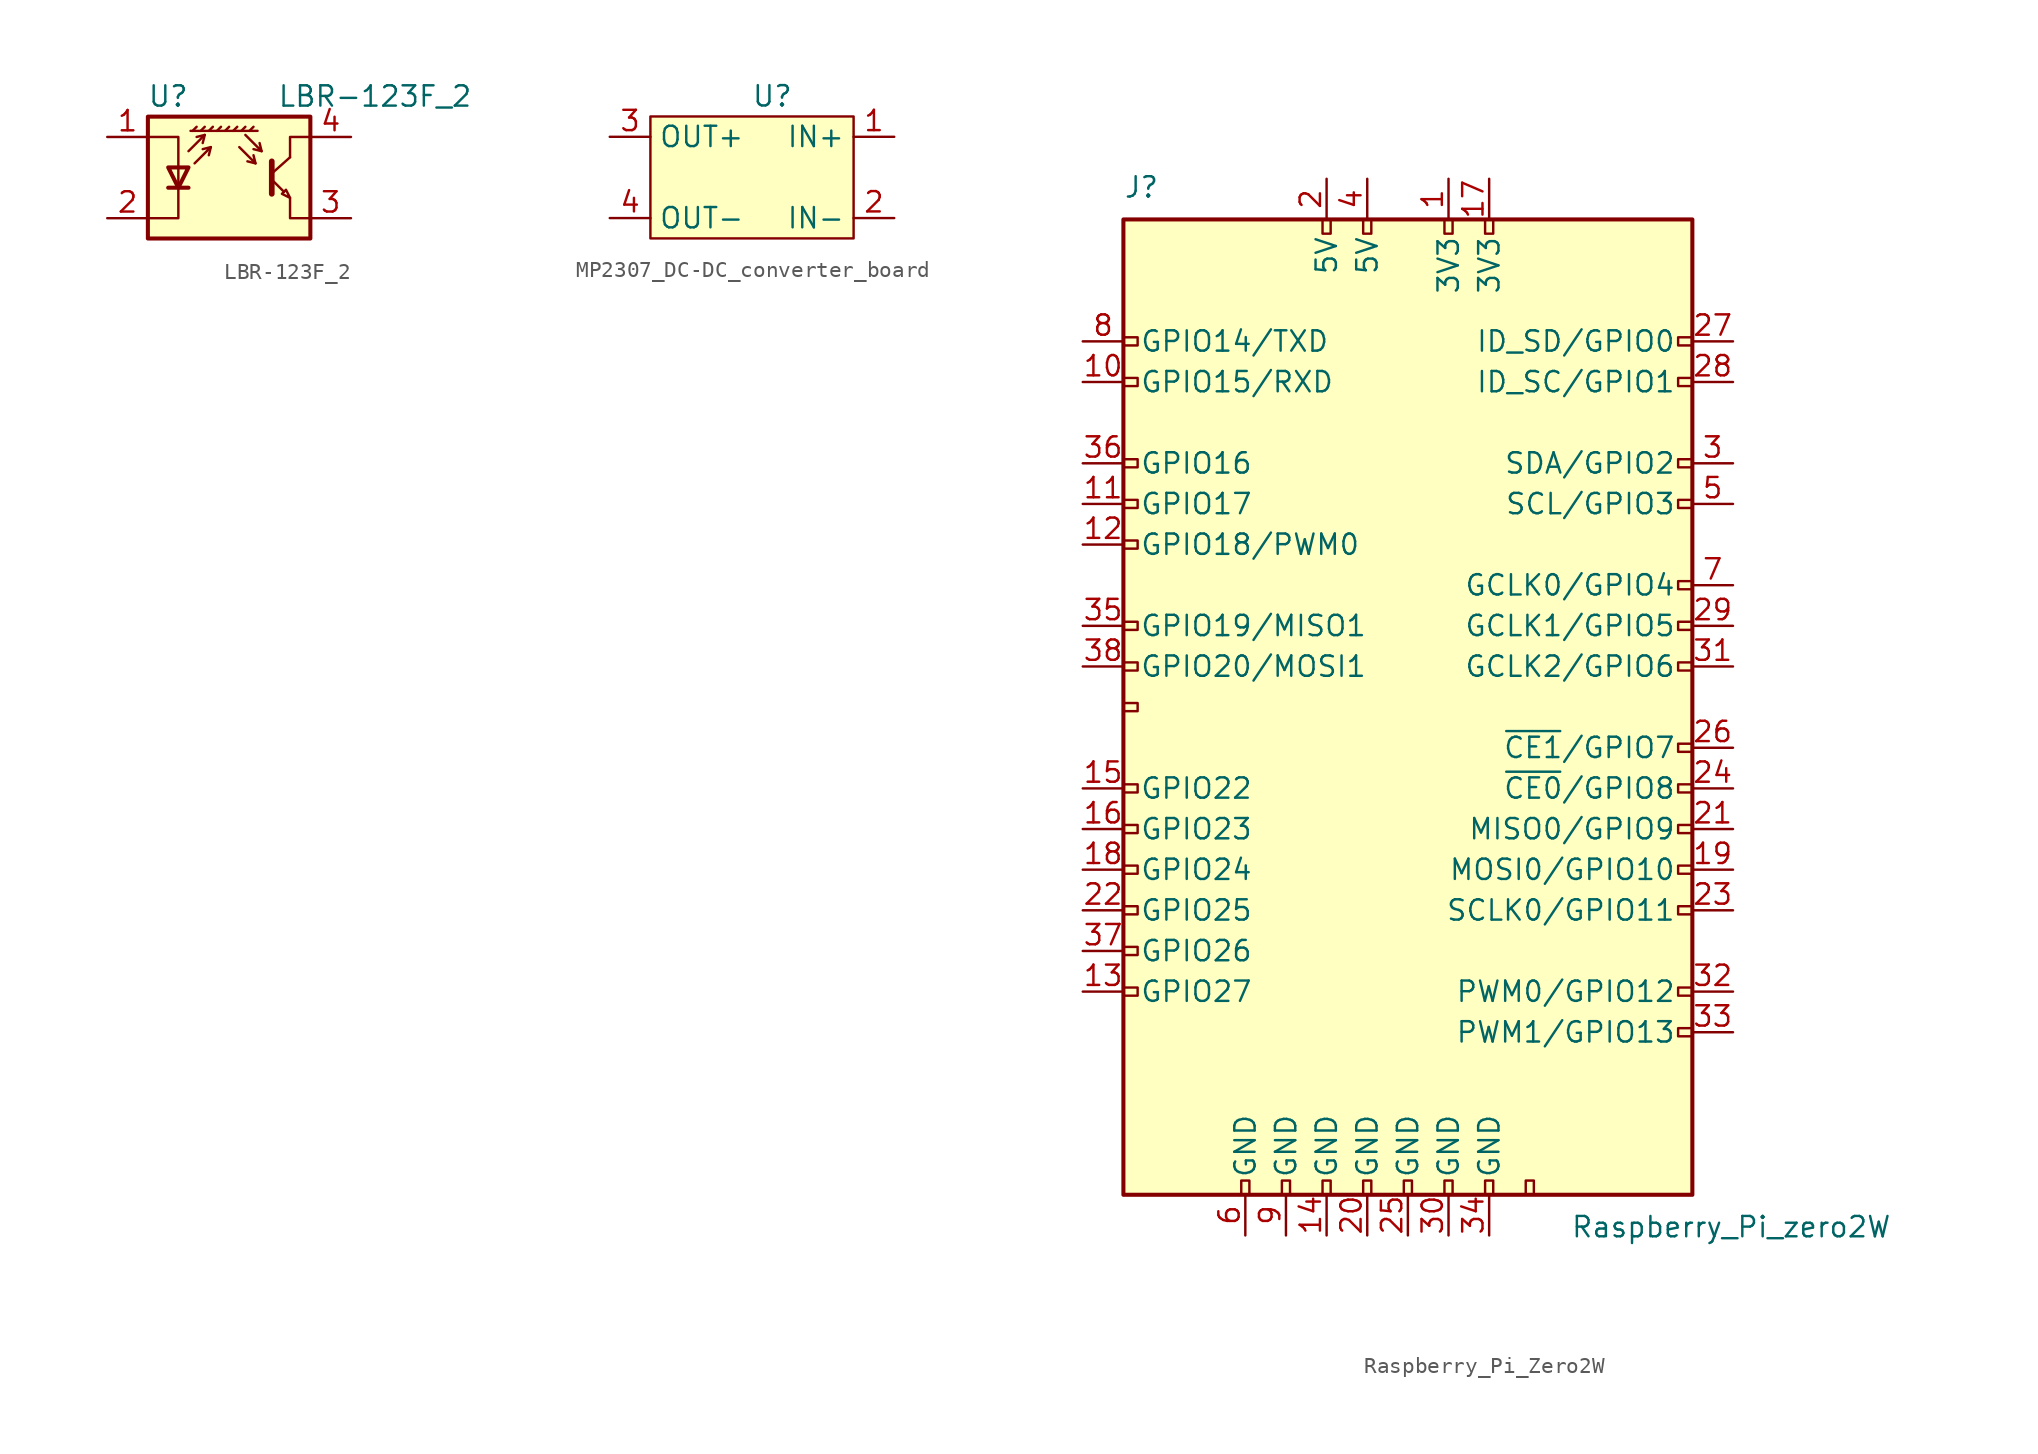
<source format=kicad_sym>
(kicad_symbol_lib
  (version 20220914)
  (generator kicad_symbol_editor)
  (symbol "LBR-123F_2"
    (pin_names
      (offset 0.025) hide)
    (property "Reference" "U"
      (at -3.81 5.08 0)
      (effects (font (size 1.27 1.27))))
    (property "Value" "LBR-123F_2"
      (at 15.24 5.08 0)
      (effects (font (size 1.27 1.27)) (justify right)))
    (symbol "LBR-123F_2_0_1"
      (polyline (pts (xy -3.81 -0.635) (xy -2.54 -0.635)) (stroke (width 0.254) (type default)) (fill (type none)))
      (polyline (pts (xy -2.286 2.921) (xy -2.032 3.175)) (stroke (width 0) (type default)) (fill (type none)))
      (polyline (pts (xy -1.778 2.921) (xy -1.524 3.175)) (stroke (width 0) (type default)) (fill (type none)))
      (polyline (pts (xy -1.524 2.667) (xy -1.651 2.159)) (stroke (width 0) (type default)) (fill (type none)))
      (polyline (pts (xy -1.27 2.921) (xy -1.016 3.175)) (stroke (width 0) (type default)) (fill (type none)))
      (polyline (pts (xy -1.143 1.905) (xy -1.27 1.397)) (stroke (width 0) (type default)) (fill (type none)))
      (polyline (pts (xy -0.762 2.921) (xy -0.508 3.175)) (stroke (width 0) (type default)) (fill (type none)))
      (polyline (pts (xy -0.254 2.921) (xy 0 3.175)) (stroke (width 0) (type default)) (fill (type none)))
      (polyline (pts (xy 0.254 2.921) (xy 0.508 3.175)) (stroke (width 0) (type default)) (fill (type none)))
      (polyline (pts (xy 0.762 2.921) (xy 1.016 3.175)) (stroke (width 0) (type default)) (fill (type none)))
      (polyline (pts (xy 1.27 2.921) (xy 1.524 3.175)) (stroke (width 0) (type default)) (fill (type none)))
      (polyline (pts (xy 1.651 0.889) (xy 1.143 1.016)) (stroke (width 0) (type default)) (fill (type none)))
      (polyline (pts (xy 1.778 2.921) (xy -2.413 2.921)) (stroke (width 0) (type default)) (fill (type none)))
      (polyline (pts (xy 2.032 1.651) (xy 1.524 1.778)) (stroke (width 0) (type default)) (fill (type none)))
      (polyline (pts (xy 2.667 0.254) (xy 3.81 1.27)) (stroke (width 0) (type default)) (fill (type none)))
      (polyline (pts (xy 2.794 -0.254) (xy 3.429 -0.889)) (stroke (width 0) (type default)) (fill (type none)))
      (polyline (pts (xy -2.54 1.651) (xy -1.524 2.667) (xy -2.032 2.54)) (stroke (width 0) (type default)) (fill (type none)))
      (polyline (pts (xy -2.159 0.889) (xy -1.143 1.905) (xy -1.651 1.778)) (stroke (width 0) (type default)) (fill (type none)))
      (polyline (pts (xy 0.635 1.905) (xy 1.651 0.889) (xy 1.524 1.397)) (stroke (width 0) (type default)) (fill (type none)))
      (polyline (pts (xy 1.016 2.667) (xy 2.032 1.651) (xy 1.905 2.159)) (stroke (width 0) (type default)) (fill (type none)))
      (polyline (pts (xy 2.667 1.016) (xy 2.667 -1.016) (xy 2.667 -1.016)) (stroke (width 0.356) (type default)) (fill (type none)))
      (polyline (pts (xy 3.81 -1.27) (xy 3.81 -2.54) (xy 5.08 -2.54)) (stroke (width 0) (type default)) (fill (type none)))
      (polyline (pts (xy 3.81 1.27) (xy 3.81 2.54) (xy 5.08 2.54)) (stroke (width 0) (type default)) (fill (type none)))
      (polyline (pts (xy -5.08 -2.54) (xy -3.175 -2.54) (xy -3.175 2.54) (xy -5.08 2.54)) (stroke (width 0) (type default)) (fill (type none)))
      (polyline (pts (xy -3.175 -0.635) (xy -3.81 0.635) (xy -2.54 0.635) (xy -3.175 -0.635)) (stroke (width 0.254) (type default)) (fill (type none)))
      (polyline (pts (xy 3.81 -1.27) (xy 3.556 -0.762) (xy 3.302 -1.016) (xy 3.81 -1.27)) (stroke (width 0) (type default)) (fill (type none)))
      (polyline (pts (xy -5.08 -3.81) (xy 5.08 -3.81) (xy 5.08 3.81) (xy -5.08 3.81) (xy -5.08 -3.81)) (stroke (width 0.254) (type default)) (fill (type background))))
    (symbol "LBR-123F_2_1_1"
      (pin input line (at -7.62 2.54 0) (length 2.54) (name "A" (effects (font (size 1.27 1.27)))) (number "1" (effects (font (size 1.27 1.27)))))
      (pin power_in line (at -7.62 -2.54 0) (length 2.54) (name "K" (effects (font (size 1.27 1.27)))) (number "2" (effects (font (size 1.27 1.27)))))
      (pin output line (at 7.62 -2.54 180) (length 2.54) (name "~" (effects (font (size 1.27 1.27)))) (number "3" (effects (font (size 1.27 1.27)))))
      (pin power_in line (at 7.62 2.54 180) (length 2.54) (name "~" (effects (font (size 1.27 1.27)))) (number "4" (effects (font (size 1.27 1.27)))))))
  (symbol "MP2307_DC-DC_converter_board"
    (property "Reference" "U"
      (at 1.27 5.08 0)
      (effects (font (size 1.27 1.27))))
    (property "Value" ""
      (at 0 0 0)
      (effects (font (size 1.27 1.27))))
    (symbol "MP2307_DC-DC_converter_board_1_1"
      (rectangle (start -6.35 3.81) (end 6.35 -3.81) (stroke (width 0) (type default)) (fill (type background)))
      (pin power_in line (at 8.89 2.54 180) (length 2.54) (name "IN+" (effects (font (size 1.27 1.27)))) (number "1" (effects (font (size 1.27 1.27)))))
      (pin power_in line (at 8.89 -2.54 180) (length 2.54) (name "IN-" (effects (font (size 1.27 1.27)))) (number "2" (effects (font (size 1.27 1.27)))))
      (pin power_in line (at -8.89 2.54 0) (length 2.54) (name "OUT+" (effects (font (size 1.27 1.27)))) (number "3" (effects (font (size 1.27 1.27)))))
      (pin power_in line (at -8.89 -2.54 0) (length 2.54) (name "OUT-" (effects (font (size 1.27 1.27)))) (number "4" (effects (font (size 1.27 1.27)))))))
  (symbol "Raspberry_Pi_Zero2W"
    (pin_names
      (offset 1.016))
    (property "Reference" "J"
      (at -17.78 31.75 0)
      (effects (font (size 1.27 1.27)) (justify left bottom)))
    (property "Value" "Raspberry_Pi_zero2W"
      (at 10.16 -31.75 0)
      (effects (font (size 1.27 1.27)) (justify left top)))
    (symbol "Raspberry_Pi_Zero2W_0_1"
      (rectangle (start -17.78 30.48) (end 17.78 -30.48) (stroke (width 0.254) (type default)) (fill (type background))))
    (symbol "Raspberry_Pi_Zero2W_1_1"
      (rectangle (start -16.891 -17.526) (end -17.78 -18.034) (stroke (width 0) (type default)) (fill (type none)))
      (rectangle (start -16.891 -14.986) (end -17.78 -15.494) (stroke (width 0) (type default)) (fill (type none)))
      (rectangle (start -16.891 -12.446) (end -17.78 -12.954) (stroke (width 0) (type default)) (fill (type none)))
      (rectangle (start -16.891 -9.906) (end -17.78 -10.414) (stroke (width 0) (type default)) (fill (type none)))
      (rectangle (start -16.891 -7.366) (end -17.78 -7.874) (stroke (width 0) (type default)) (fill (type none)))
      (rectangle (start -16.891 -4.826) (end -17.78 -5.334) (stroke (width 0) (type default)) (fill (type none)))
      (rectangle (start -16.891 0.254) (end -17.78 -0.254) (stroke (width 0) (type default)) (fill (type none)))
      (rectangle (start -16.891 2.794) (end -17.78 2.286) (stroke (width 0) (type default)) (fill (type none)))
      (rectangle (start -16.891 5.334) (end -17.78 4.826) (stroke (width 0) (type default)) (fill (type none)))
      (rectangle (start -16.891 10.414) (end -17.78 9.906) (stroke (width 0) (type default)) (fill (type none)))
      (rectangle (start -16.891 12.954) (end -17.78 12.446) (stroke (width 0) (type default)) (fill (type none)))
      (rectangle (start -16.891 15.494) (end -17.78 14.986) (stroke (width 0) (type default)) (fill (type none)))
      (rectangle (start -16.891 20.574) (end -17.78 20.066) (stroke (width 0) (type default)) (fill (type none)))
      (rectangle (start -16.891 23.114) (end -17.78 22.606) (stroke (width 0) (type default)) (fill (type none)))
      (rectangle (start -10.414 -29.591) (end -9.906 -30.48) (stroke (width 0) (type default)) (fill (type none)))
      (rectangle (start -7.874 -29.591) (end -7.366 -30.48) (stroke (width 0) (type default)) (fill (type none)))
      (rectangle (start -5.334 -29.591) (end -4.826 -30.48) (stroke (width 0) (type default)) (fill (type none)))
      (rectangle (start -5.334 30.48) (end -4.826 29.591) (stroke (width 0) (type default)) (fill (type none)))
      (rectangle (start -2.794 -29.591) (end -2.286 -30.48) (stroke (width 0) (type default)) (fill (type none)))
      (rectangle (start -2.794 30.48) (end -2.286 29.591) (stroke (width 0) (type default)) (fill (type none)))
      (rectangle (start -0.254 -29.591) (end 0.254 -30.48) (stroke (width 0) (type default)) (fill (type none)))
      (rectangle (start 2.286 -29.591) (end 2.794 -30.48) (stroke (width 0) (type default)) (fill (type none)))
      (rectangle (start 2.286 30.48) (end 2.794 29.591) (stroke (width 0) (type default)) (fill (type none)))
      (rectangle (start 4.826 -29.591) (end 5.334 -30.48) (stroke (width 0) (type default)) (fill (type none)))
      (rectangle (start 4.826 30.48) (end 5.334 29.591) (stroke (width 0) (type default)) (fill (type none)))
      (rectangle (start 7.366 -29.591) (end 7.874 -30.48) (stroke (width 0) (type default)) (fill (type none)))
      (rectangle (start 17.78 -20.066) (end 16.891 -20.574) (stroke (width 0) (type default)) (fill (type none)))
      (rectangle (start 17.78 -17.526) (end 16.891 -18.034) (stroke (width 0) (type default)) (fill (type none)))
      (rectangle (start 17.78 -12.446) (end 16.891 -12.954) (stroke (width 0) (type default)) (fill (type none)))
      (rectangle (start 17.78 -9.906) (end 16.891 -10.414) (stroke (width 0) (type default)) (fill (type none)))
      (rectangle (start 17.78 -7.366) (end 16.891 -7.874) (stroke (width 0) (type default)) (fill (type none)))
      (rectangle (start 17.78 -4.826) (end 16.891 -5.334) (stroke (width 0) (type default)) (fill (type none)))
      (rectangle (start 17.78 -2.286) (end 16.891 -2.794) (stroke (width 0) (type default)) (fill (type none)))
      (rectangle (start 17.78 2.794) (end 16.891 2.286) (stroke (width 0) (type default)) (fill (type none)))
      (rectangle (start 17.78 5.334) (end 16.891 4.826) (stroke (width 0) (type default)) (fill (type none)))
      (rectangle (start 17.78 7.874) (end 16.891 7.366) (stroke (width 0) (type default)) (fill (type none)))
      (rectangle (start 17.78 12.954) (end 16.891 12.446) (stroke (width 0) (type default)) (fill (type none)))
      (rectangle (start 17.78 15.494) (end 16.891 14.986) (stroke (width 0) (type default)) (fill (type none)))
      (rectangle (start 17.78 20.574) (end 16.891 20.066) (stroke (width 0) (type default)) (fill (type none)))
      (rectangle (start 17.78 23.114) (end 16.891 22.606) (stroke (width 0) (type default)) (fill (type none)))
      (pin power_in line (at 2.54 33.02 270) (length 2.54) (name "3V3" (effects (font (size 1.27 1.27)))) (number "1" (effects (font (size 1.27 1.27)))))
      (pin bidirectional line (at -20.32 20.32 0) (length 2.54) (name "GPIO15/RXD" (effects (font (size 1.27 1.27)))) (number "10" (effects (font (size 1.27 1.27)))))
      (pin bidirectional line (at -20.32 12.7 0) (length 2.54) (name "GPIO17" (effects (font (size 1.27 1.27)))) (number "11" (effects (font (size 1.27 1.27)))))
      (pin bidirectional line (at -20.32 10.16 0) (length 2.54) (name "GPIO18/PWM0" (effects (font (size 1.27 1.27)))) (number "12" (effects (font (size 1.27 1.27)))))
      (pin bidirectional line (at -20.32 -17.78 0) (length 2.54) (name "GPIO27" (effects (font (size 1.27 1.27)))) (number "13" (effects (font (size 1.27 1.27)))))
      (pin power_in line (at -5.08 -33.02 90) (length 2.54) (name "GND" (effects (font (size 1.27 1.27)))) (number "14" (effects (font (size 1.27 1.27)))))
      (pin bidirectional line (at -20.32 -5.08 0) (length 2.54) (name "GPIO22" (effects (font (size 1.27 1.27)))) (number "15" (effects (font (size 1.27 1.27)))))
      (pin bidirectional line (at -20.32 -7.62 0) (length 2.54) (name "GPIO23" (effects (font (size 1.27 1.27)))) (number "16" (effects (font (size 1.27 1.27)))))
      (pin power_in line (at 5.08 33.02 270) (length 2.54) (name "3V3" (effects (font (size 1.27 1.27)))) (number "17" (effects (font (size 1.27 1.27)))))
      (pin bidirectional line (at -20.32 -10.16 0) (length 2.54) (name "GPIO24" (effects (font (size 1.27 1.27)))) (number "18" (effects (font (size 1.27 1.27)))))
      (pin bidirectional line (at 20.32 -10.16 180) (length 2.54) (name "MOSI0/GPIO10" (effects (font (size 1.27 1.27)))) (number "19" (effects (font (size 1.27 1.27)))))
      (pin power_in line (at -5.08 33.02 270) (length 2.54) (name "5V" (effects (font (size 1.27 1.27)))) (number "2" (effects (font (size 1.27 1.27)))))
      (pin power_in line (at -2.54 -33.02 90) (length 2.54) (name "GND" (effects (font (size 1.27 1.27)))) (number "20" (effects (font (size 1.27 1.27)))))
      (pin bidirectional line (at 20.32 -7.62 180) (length 2.54) (name "MISO0/GPIO9" (effects (font (size 1.27 1.27)))) (number "21" (effects (font (size 1.27 1.27)))))
      (pin bidirectional line (at -20.32 -12.7 0) (length 2.54) (name "GPIO25" (effects (font (size 1.27 1.27)))) (number "22" (effects (font (size 1.27 1.27)))))
      (pin bidirectional line (at 20.32 -12.7 180) (length 2.54) (name "SCLK0/GPIO11" (effects (font (size 1.27 1.27)))) (number "23" (effects (font (size 1.27 1.27)))))
      (pin bidirectional line (at 20.32 -5.08 180) (length 2.54) (name "~{CE0}/GPIO8" (effects (font (size 1.27 1.27)))) (number "24" (effects (font (size 1.27 1.27)))))
      (pin power_in line (at 0 -33.02 90) (length 2.54) (name "GND" (effects (font (size 1.27 1.27)))) (number "25" (effects (font (size 1.27 1.27)))))
      (pin bidirectional line (at 20.32 -2.54 180) (length 2.54) (name "~{CE1}/GPIO7" (effects (font (size 1.27 1.27)))) (number "26" (effects (font (size 1.27 1.27)))))
      (pin bidirectional line (at 20.32 22.86 180) (length 2.54) (name "ID_SD/GPIO0" (effects (font (size 1.27 1.27)))) (number "27" (effects (font (size 1.27 1.27)))))
      (pin bidirectional line (at 20.32 20.32 180) (length 2.54) (name "ID_SC/GPIO1" (effects (font (size 1.27 1.27)))) (number "28" (effects (font (size 1.27 1.27)))))
      (pin bidirectional line (at 20.32 5.08 180) (length 2.54) (name "GCLK1/GPIO5" (effects (font (size 1.27 1.27)))) (number "29" (effects (font (size 1.27 1.27)))))
      (pin bidirectional line (at 20.32 15.24 180) (length 2.54) (name "SDA/GPIO2" (effects (font (size 1.27 1.27)))) (number "3" (effects (font (size 1.27 1.27)))))
      (pin power_in line (at 2.54 -33.02 90) (length 2.54) (name "GND" (effects (font (size 1.27 1.27)))) (number "30" (effects (font (size 1.27 1.27)))))
      (pin bidirectional line (at 20.32 2.54 180) (length 2.54) (name "GCLK2/GPIO6" (effects (font (size 1.27 1.27)))) (number "31" (effects (font (size 1.27 1.27)))))
      (pin bidirectional line (at 20.32 -17.78 180) (length 2.54) (name "PWM0/GPIO12" (effects (font (size 1.27 1.27)))) (number "32" (effects (font (size 1.27 1.27)))))
      (pin bidirectional line (at 20.32 -20.32 180) (length 2.54) (name "PWM1/GPIO13" (effects (font (size 1.27 1.27)))) (number "33" (effects (font (size 1.27 1.27)))))
      (pin power_in line (at 5.08 -33.02 90) (length 2.54) (name "GND" (effects (font (size 1.27 1.27)))) (number "34" (effects (font (size 1.27 1.27)))))
      (pin bidirectional line (at -20.32 5.08 0) (length 2.54) (name "GPIO19/MISO1" (effects (font (size 1.27 1.27)))) (number "35" (effects (font (size 1.27 1.27)))))
      (pin bidirectional line (at -20.32 15.24 0) (length 2.54) (name "GPIO16" (effects (font (size 1.27 1.27)))) (number "36" (effects (font (size 1.27 1.27)))))
      (pin bidirectional line (at -20.32 -15.24 0) (length 2.54) (name "GPIO26" (effects (font (size 1.27 1.27)))) (number "37" (effects (font (size 1.27 1.27)))))
      (pin bidirectional line (at -20.32 2.54 0) (length 2.54) (name "GPIO20/MOSI1" (effects (font (size 1.27 1.27)))) (number "38" (effects (font (size 1.27 1.27)))))
      (pin power_in line (at -2.54 33.02 270) (length 2.54) (name "5V" (effects (font (size 1.27 1.27)))) (number "4" (effects (font (size 1.27 1.27)))))
      (pin bidirectional line (at 20.32 12.7 180) (length 2.54) (name "SCL/GPIO3" (effects (font (size 1.27 1.27)))) (number "5" (effects (font (size 1.27 1.27)))))
      (pin power_in line (at -10.16 -33.02 90) (length 2.54) (name "GND" (effects (font (size 1.27 1.27)))) (number "6" (effects (font (size 1.27 1.27)))))
      (pin bidirectional line (at 20.32 7.62 180) (length 2.54) (name "GCLK0/GPIO4" (effects (font (size 1.27 1.27)))) (number "7" (effects (font (size 1.27 1.27)))))
      (pin bidirectional line (at -20.32 22.86 0) (length 2.54) (name "GPIO14/TXD" (effects (font (size 1.27 1.27)))) (number "8" (effects (font (size 1.27 1.27)))))
      (pin power_in line (at -7.62 -33.02 90) (length 2.54) (name "GND" (effects (font (size 1.27 1.27)))) (number "9" (effects (font (size 1.27 1.27))))))))
</source>
